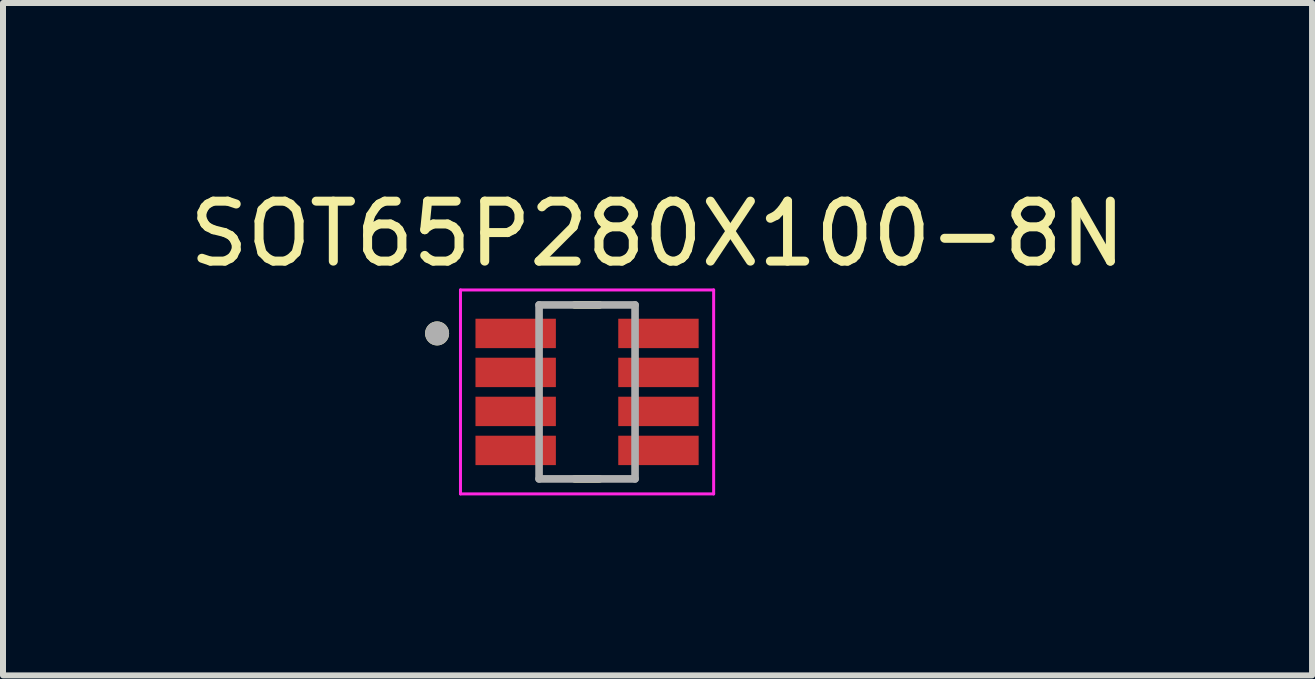
<source format=kicad_pcb>
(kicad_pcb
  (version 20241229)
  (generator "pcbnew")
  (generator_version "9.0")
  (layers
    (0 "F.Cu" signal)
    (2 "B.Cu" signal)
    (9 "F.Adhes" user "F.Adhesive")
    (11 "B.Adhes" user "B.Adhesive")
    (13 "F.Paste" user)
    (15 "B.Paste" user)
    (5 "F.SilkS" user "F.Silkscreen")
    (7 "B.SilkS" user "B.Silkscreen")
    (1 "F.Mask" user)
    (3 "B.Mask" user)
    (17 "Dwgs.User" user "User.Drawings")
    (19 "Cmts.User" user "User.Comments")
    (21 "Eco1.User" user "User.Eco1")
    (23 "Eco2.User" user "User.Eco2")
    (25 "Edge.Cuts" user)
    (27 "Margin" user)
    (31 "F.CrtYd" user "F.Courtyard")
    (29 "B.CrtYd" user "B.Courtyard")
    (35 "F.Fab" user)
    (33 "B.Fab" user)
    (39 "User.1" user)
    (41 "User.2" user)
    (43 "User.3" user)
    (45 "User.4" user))
  (footprint "SOT65P280X100-8N"
    (layer "F.Cu")
    (at 6.736 3.483)
    (property "Reference" "SOT65P280X100-8N" (at 1.175 -2.635 0) (layer "F.SilkS") (effects (font (size 1 1) (thickness 0.15))))
    (attr smd)
    (fp_poly (pts (xy -1.91 -1.27) (xy -0.47 -1.27) (xy -0.47 -0.68) (xy -1.91 -0.68)) (stroke (width 0.01) (type solid)) (fill yes) (layer "F.Mask"))
    (fp_poly (pts (xy -1.91 -0.62) (xy -0.47 -0.62) (xy -0.47 -0.03) (xy -1.91 -0.03)) (stroke (width 0.01) (type solid)) (fill yes) (layer "F.Mask"))
    (fp_poly (pts (xy -1.91 0.03) (xy -0.47 0.03) (xy -0.47 0.62) (xy -1.91 0.62)) (stroke (width 0.01) (type solid)) (fill yes) (layer "F.Mask"))
    (fp_poly (pts (xy -1.91 0.68) (xy -0.47 0.68) (xy -0.47 1.27) (xy -1.91 1.27)) (stroke (width 0.01) (type solid)) (fill yes) (layer "F.Mask"))
    (fp_poly (pts (xy 0.47 -1.27) (xy 1.91 -1.27) (xy 1.91 -0.68) (xy 0.47 -0.68)) (stroke (width 0.01) (type solid)) (fill yes) (layer "F.Mask"))
    (fp_poly (pts (xy 0.47 -0.62) (xy 1.91 -0.62) (xy 1.91 -0.03) (xy 0.47 -0.03)) (stroke (width 0.01) (type solid)) (fill yes) (layer "F.Mask"))
    (fp_poly (pts (xy 0.47 0.03) (xy 1.91 0.03) (xy 1.91 0.62) (xy 0.47 0.62)) (stroke (width 0.01) (type solid)) (fill yes) (layer "F.Mask"))
    (fp_poly (pts (xy 0.47 0.68) (xy 1.91 0.68) (xy 1.91 1.27) (xy 0.47 1.27)) (stroke (width 0.01) (type solid)) (fill yes) (layer "F.Mask"))
    (fp_line (start -0.205 -1.45) (end 0.205 -1.45) (stroke (width 0.127) (type solid)) (layer "F.SilkS"))
    (fp_line (start -0.205 1.45) (end 0.205 1.45) (stroke (width 0.127) (type solid)) (layer "F.SilkS"))
    (fp_circle (center -2.5 -0.975) (end -2.4 -0.975) (stroke (width 0.2) (type solid)) (fill no) (layer "F.SilkS"))
    (fp_line (start -2.11 -1.7) (end -2.11 1.7) (stroke (width 0.05) (type solid)) (layer "F.CrtYd"))
    (fp_line (start -2.11 1.7) (end 2.11 1.7) (stroke (width 0.05) (type solid)) (layer "F.CrtYd"))
    (fp_line (start 2.11 -1.7) (end -2.11 -1.7) (stroke (width 0.05) (type solid)) (layer "F.CrtYd"))
    (fp_line (start 2.11 1.7) (end 2.11 -1.7) (stroke (width 0.05) (type solid)) (layer "F.CrtYd"))
    (fp_line (start -0.8 -1.45) (end 0.8 -1.45) (stroke (width 0.127) (type solid)) (layer "F.Fab"))
    (fp_line (start -0.8 1.45) (end -0.8 -1.45) (stroke (width 0.127) (type solid)) (layer "F.Fab"))
    (fp_line (start 0.8 -1.45) (end 0.8 1.45) (stroke (width 0.127) (type solid)) (layer "F.Fab"))
    (fp_line (start 0.8 1.45) (end -0.8 1.45) (stroke (width 0.127) (type solid)) (layer "F.Fab"))
    (fp_circle (center -2.5 -0.975) (end -2.4 -0.975) (stroke (width 0.2) (type solid)) (fill no) (layer "F.Fab"))
    (pad "1" smd rect (at -1.19 -0.975) (size 1.34 0.49) (layers "F.Cu" "F.Paste"))
    (pad "2" smd rect (at -1.19 -0.325) (size 1.34 0.49) (layers "F.Cu" "F.Paste"))
    (pad "3" smd rect (at -1.19 0.325) (size 1.34 0.49) (layers "F.Cu" "F.Paste"))
    (pad "4" smd rect (at -1.19 0.975) (size 1.34 0.49) (layers "F.Cu" "F.Paste"))
    (pad "5" smd rect (at 1.19 0.975) (size 1.34 0.49) (layers "F.Cu" "F.Paste"))
    (pad "6" smd rect (at 1.19 0.325) (size 1.34 0.49) (layers "F.Cu" "F.Paste"))
    (pad "7" smd rect (at 1.19 -0.325) (size 1.34 0.49) (layers "F.Cu" "F.Paste"))
    (pad "8" smd rect (at 1.19 -0.975) (size 1.34 0.49) (layers "F.Cu" "F.Paste")))
  (gr_rect
    (start -3 -3)
    (end 18.821 8.208)
    (stroke (width 0.1) (type default))
    (fill no)
    (layer "Edge.Cuts")))
</source>
